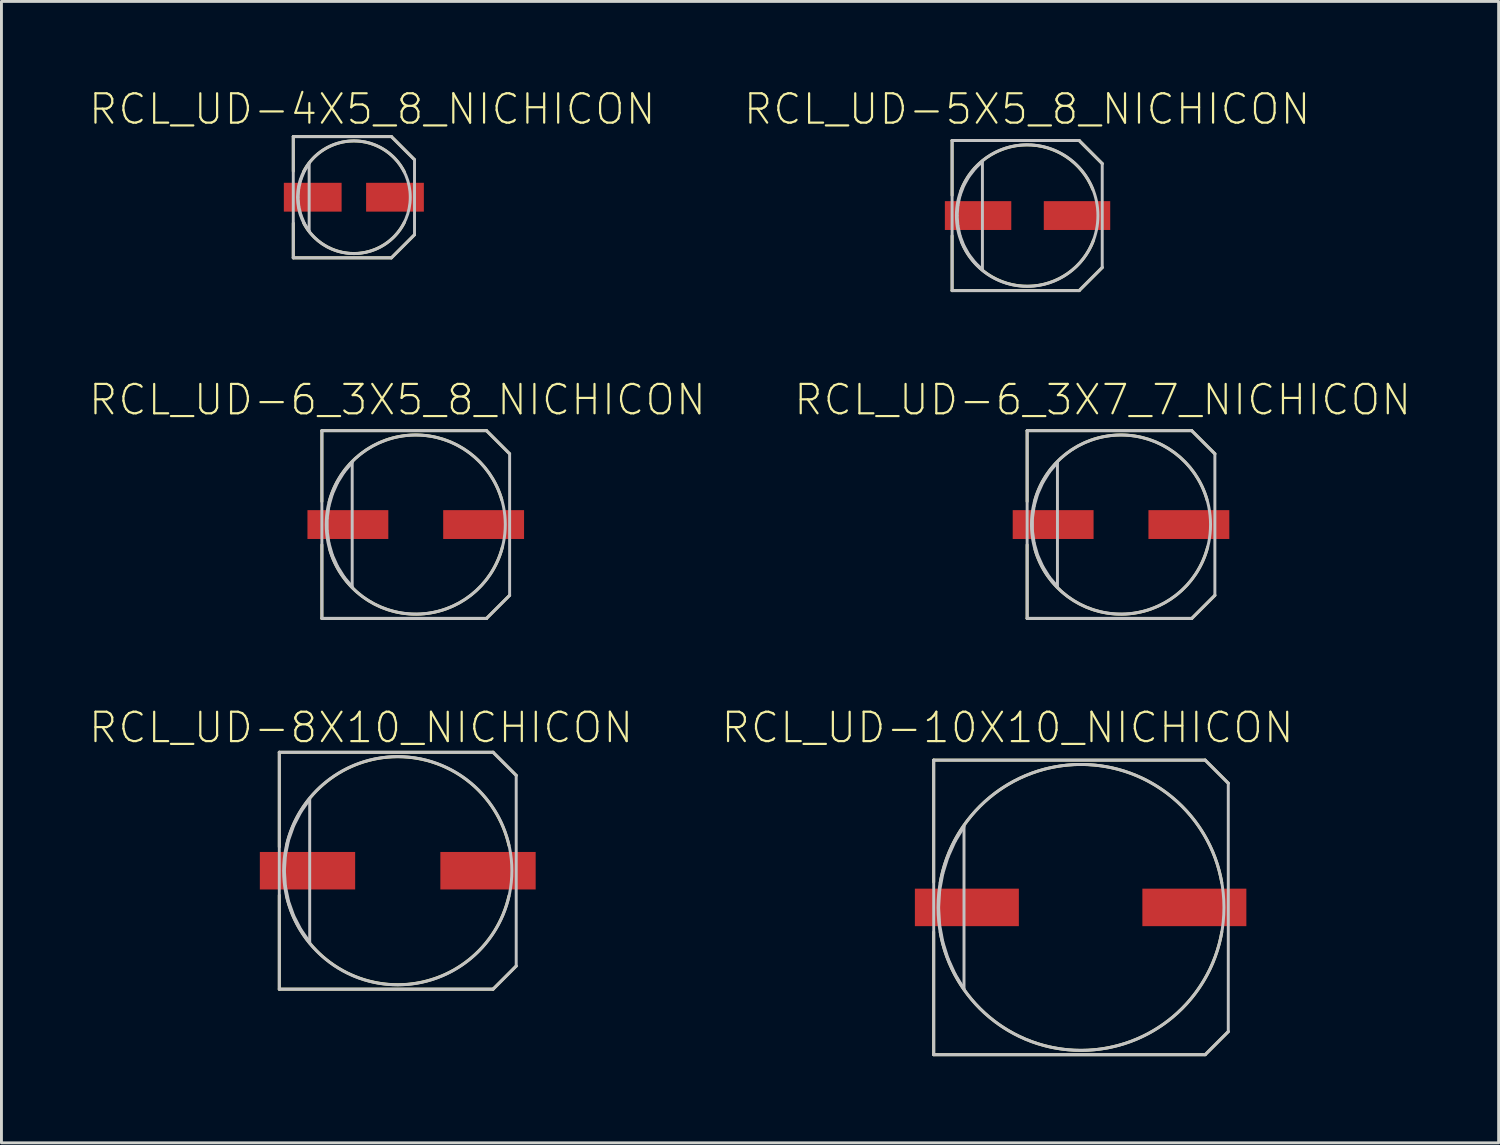
<source format=kicad_pcb>
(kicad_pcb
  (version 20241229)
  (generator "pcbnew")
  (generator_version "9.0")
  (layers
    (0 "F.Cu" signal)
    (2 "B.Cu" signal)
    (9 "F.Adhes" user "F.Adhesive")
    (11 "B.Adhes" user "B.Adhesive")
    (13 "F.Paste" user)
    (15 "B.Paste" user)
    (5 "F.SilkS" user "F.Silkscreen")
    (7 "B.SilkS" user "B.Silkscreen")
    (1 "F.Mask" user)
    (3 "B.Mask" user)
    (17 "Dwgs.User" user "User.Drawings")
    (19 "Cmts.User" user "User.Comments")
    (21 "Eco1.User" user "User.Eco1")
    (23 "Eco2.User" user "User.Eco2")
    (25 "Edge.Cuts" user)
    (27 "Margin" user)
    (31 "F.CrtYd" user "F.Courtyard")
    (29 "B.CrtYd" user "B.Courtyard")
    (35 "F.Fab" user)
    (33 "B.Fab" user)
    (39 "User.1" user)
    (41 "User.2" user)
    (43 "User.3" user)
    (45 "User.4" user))
  (footprint "RCL_UD-10X10_NICHICON"
    (layer "F.Cu")
    (at 34.365 28.357)
    (property "Reference" "RCL_UD-10X10_NICHICON" (at -2.54 -6.223 0) (layer "F.SilkS") (effects (font (size 1.016 1.016) (thickness 0.076))))
    (attr smd)
    (fp_line (start -5.098 -5.098) (end 4.298 -5.098) (stroke (width 0.102) (type solid)) (layer "F.SilkS"))
    (fp_line (start -5.098 -0.874) (end -5.098 -5.098) (stroke (width 0.102) (type solid)) (layer "F.SilkS"))
    (fp_line (start -5.098 5.098) (end -5.098 0.848) (stroke (width 0.102) (type solid)) (layer "F.SilkS"))
    (fp_line (start 4.298 -5.098) (end 5.098 -4.298) (stroke (width 0.102) (type solid)) (layer "F.SilkS"))
    (fp_line (start 4.298 5.098) (end -5.098 5.098) (stroke (width 0.102) (type solid)) (layer "F.SilkS"))
    (fp_line (start 5.098 4.298) (end 4.298 5.098) (stroke (width 0.102) (type solid)) (layer "F.SilkS"))
    (fp_arc (start -4.87426 -0.84836) (mid -0.0023 -4.947537) (end 4.873469 -0.852891) (stroke (width 0.1016) (type solid)) (layer "F.SilkS"))
    (fp_arc (start 4.87426 0.84836) (mid 0.0023 4.947537) (end -4.873469 0.852891) (stroke (width 0.1016) (type solid)) (layer "F.SilkS"))
    (fp_line (start -5.098 -5.098) (end 4.298 -5.098) (stroke (width 0.102) (type solid)) (layer "Dwgs.User"))
    (fp_line (start -5.098 5.098) (end -5.098 -5.098) (stroke (width 0.102) (type solid)) (layer "Dwgs.User"))
    (fp_line (start -4.928 0.01) (end -4.892 0.607) (stroke (width 0.102) (type solid)) (layer "Dwgs.User"))
    (fp_line (start -4.892 -0.584) (end -4.928 0.01) (stroke (width 0.102) (type solid)) (layer "Dwgs.User"))
    (fp_line (start -4.892 0.607) (end -4.783 1.196) (stroke (width 0.102) (type solid)) (layer "Dwgs.User"))
    (fp_line (start -4.783 -1.171) (end -4.892 -0.584) (stroke (width 0.102) (type solid)) (layer "Dwgs.User"))
    (fp_line (start -4.783 1.196) (end -4.605 1.768) (stroke (width 0.102) (type solid)) (layer "Dwgs.User"))
    (fp_line (start -4.605 -1.742) (end -4.783 -1.171) (stroke (width 0.102) (type solid)) (layer "Dwgs.User"))
    (fp_line (start -4.605 1.768) (end -4.359 2.311) (stroke (width 0.102) (type solid)) (layer "Dwgs.User"))
    (fp_line (start -4.359 -2.289) (end -4.605 -1.742) (stroke (width 0.102) (type solid)) (layer "Dwgs.User"))
    (fp_line (start -4.359 2.311) (end -4.049 2.824) (stroke (width 0.102) (type solid)) (layer "Dwgs.User"))
    (fp_line (start -4.049 -2.799) (end -4.359 -2.289) (stroke (width 0.102) (type solid)) (layer "Dwgs.User"))
    (fp_line (start -4.049 2.824) (end -4.049 -2.799) (stroke (width 0.102) (type solid)) (layer "Dwgs.User"))
    (fp_line (start 4.298 -5.098) (end 5.098 -4.298) (stroke (width 0.102) (type solid)) (layer "Dwgs.User"))
    (fp_line (start 4.298 5.098) (end -5.098 5.098) (stroke (width 0.102) (type solid)) (layer "Dwgs.User"))
    (fp_line (start 5.098 -4.298) (end 5.098 4.298) (stroke (width 0.102) (type solid)) (layer "Dwgs.User"))
    (fp_line (start 5.098 4.298) (end 4.298 5.098) (stroke (width 0.102) (type solid)) (layer "Dwgs.User"))
    (fp_circle (center 0 0) (end 0 -4.948) (stroke (width 0.102) (type solid)) (fill no) (layer "Dwgs.User"))
    (pad "+" smd rect (at 3.924 0) (size 3.599 1.298) (layers "F.Cu" "F.Mask" "F.Paste"))
    (pad "-" smd rect (at -3.95 0) (size 3.599 1.298) (layers "F.Cu" "F.Mask" "F.Paste")))
  (footprint "RCL_UD-6_3X7_7_NICHICON"
    (layer "F.Cu")
    (at 35.75 15.106)
    (property "Reference" "RCL_UD-6_3X7_7_NICHICON" (at -0.635 -4.318 0) (layer "F.SilkS") (effects (font (size 1.016 1.016) (thickness 0.076))))
    (attr smd)
    (fp_line (start -3.249 -3.249) (end 2.449 -3.249) (stroke (width 0.102) (type solid)) (layer "F.SilkS"))
    (fp_line (start -3.249 -0.798) (end -3.249 -3.249) (stroke (width 0.102) (type solid)) (layer "F.SilkS"))
    (fp_line (start -3.249 3.249) (end -3.249 0.699) (stroke (width 0.102) (type solid)) (layer "F.SilkS"))
    (fp_line (start 2.449 -3.249) (end 3.249 -2.449) (stroke (width 0.102) (type solid)) (layer "F.SilkS"))
    (fp_line (start 2.449 3.249) (end -3.249 3.249) (stroke (width 0.102) (type solid)) (layer "F.SilkS"))
    (fp_line (start 3.249 2.449) (end 2.449 3.249) (stroke (width 0.102) (type solid)) (layer "F.SilkS"))
    (fp_arc (start -2.99974 -0.7747) (mid -0.041101 -3.101702) (end 2.978257 -0.854045) (stroke (width 0.1016) (type solid)) (layer "F.SilkS"))
    (fp_arc (start 2.99974 0.7747) (mid 0.041101 3.101702) (end -2.978257 0.854045) (stroke (width 0.1016) (type solid)) (layer "F.SilkS"))
    (fp_line (start -3.249 -3.249) (end 2.449 -3.249) (stroke (width 0.102) (type solid)) (layer "Dwgs.User"))
    (fp_line (start -3.249 3.249) (end -3.249 -3.249) (stroke (width 0.102) (type solid)) (layer "Dwgs.User"))
    (fp_line (start -3.066 -0.216) (end -3.066 0.216) (stroke (width 0.102) (type solid)) (layer "Dwgs.User"))
    (fp_line (start -3.066 0.216) (end -3.005 0.643) (stroke (width 0.102) (type solid)) (layer "Dwgs.User"))
    (fp_line (start -3.005 -0.643) (end -3.066 -0.216) (stroke (width 0.102) (type solid)) (layer "Dwgs.User"))
    (fp_line (start -3.005 0.643) (end -2.885 1.059) (stroke (width 0.102) (type solid)) (layer "Dwgs.User"))
    (fp_line (start -2.885 -1.059) (end -3.005 -0.643) (stroke (width 0.102) (type solid)) (layer "Dwgs.User"))
    (fp_line (start -2.885 1.059) (end -2.708 1.453) (stroke (width 0.102) (type solid)) (layer "Dwgs.User"))
    (fp_line (start -2.708 -1.453) (end -2.885 -1.059) (stroke (width 0.102) (type solid)) (layer "Dwgs.User"))
    (fp_line (start -2.708 1.453) (end -2.479 1.819) (stroke (width 0.102) (type solid)) (layer "Dwgs.User"))
    (fp_line (start -2.479 -1.819) (end -2.708 -1.453) (stroke (width 0.102) (type solid)) (layer "Dwgs.User"))
    (fp_line (start -2.479 1.819) (end -2.2 2.149) (stroke (width 0.102) (type solid)) (layer "Dwgs.User"))
    (fp_line (start -2.2 -2.149) (end -2.479 -1.819) (stroke (width 0.102) (type solid)) (layer "Dwgs.User"))
    (fp_line (start -2.2 2.149) (end -2.2 -2.149) (stroke (width 0.102) (type solid)) (layer "Dwgs.User"))
    (fp_line (start 2.449 -3.249) (end 3.249 -2.449) (stroke (width 0.102) (type solid)) (layer "Dwgs.User"))
    (fp_line (start 2.449 3.249) (end -3.249 3.249) (stroke (width 0.102) (type solid)) (layer "Dwgs.User"))
    (fp_line (start 3.249 -2.449) (end 3.249 2.449) (stroke (width 0.102) (type solid)) (layer "Dwgs.User"))
    (fp_line (start 3.249 2.449) (end 2.449 3.249) (stroke (width 0.102) (type solid)) (layer "Dwgs.User"))
    (fp_circle (center 0 0) (end 0 -3.099) (stroke (width 0.102) (type solid)) (fill no) (layer "Dwgs.User"))
    (pad "+" smd rect (at 2.349 0) (size 2.799 0.998) (layers "F.Cu" "F.Mask" "F.Paste"))
    (pad "-" smd rect (at -2.349 0) (size 2.799 0.998) (layers "F.Cu" "F.Mask" "F.Paste")))
  (footprint "RCL_UD-8X10_NICHICON"
    (layer "F.Cu")
    (at 10.717 27.087)
    (property "Reference" "RCL_UD-8X10_NICHICON" (at -1.27 -4.953 0) (layer "F.SilkS") (effects (font (size 1.016 1.016) (thickness 0.076))))
    (attr smd)
    (fp_line (start -4.1 -4.1) (end 3.299 -4.1) (stroke (width 0.102) (type solid)) (layer "F.SilkS"))
    (fp_line (start -4.1 -0.823) (end -4.1 -4.1) (stroke (width 0.102) (type solid)) (layer "F.SilkS"))
    (fp_line (start -4.1 4.1) (end -4.1 0.848) (stroke (width 0.102) (type solid)) (layer "F.SilkS"))
    (fp_line (start 3.299 -4.1) (end 4.1 -3.299) (stroke (width 0.102) (type solid)) (layer "F.SilkS"))
    (fp_line (start 3.299 4.1) (end -4.1 4.1) (stroke (width 0.102) (type solid)) (layer "F.SilkS"))
    (fp_line (start 4.1 3.299) (end 3.299 4.1) (stroke (width 0.102) (type solid)) (layer "F.SilkS"))
    (fp_arc (start -3.8481 -0.87376) (mid -0.000494 -3.946052) (end 3.847881 -0.874724) (stroke (width 0.1016) (type solid)) (layer "F.SilkS"))
    (fp_arc (start 3.8481 0.87376) (mid 0.000494 3.946052) (end -3.847881 0.874724) (stroke (width 0.1016) (type solid)) (layer "F.SilkS"))
    (fp_line (start -4.1 -4.1) (end 3.299 -4.1) (stroke (width 0.102) (type solid)) (layer "Dwgs.User"))
    (fp_line (start -4.1 4.1) (end -4.1 -4.1) (stroke (width 0.102) (type solid)) (layer "Dwgs.User"))
    (fp_line (start -3.924 0) (end -3.889 0.533) (stroke (width 0.102) (type solid)) (layer "Dwgs.User"))
    (fp_line (start -3.889 -0.533) (end -3.924 0) (stroke (width 0.102) (type solid)) (layer "Dwgs.User"))
    (fp_line (start -3.889 0.533) (end -3.78 1.057) (stroke (width 0.102) (type solid)) (layer "Dwgs.User"))
    (fp_line (start -3.78 -1.057) (end -3.889 -0.533) (stroke (width 0.102) (type solid)) (layer "Dwgs.User"))
    (fp_line (start -3.78 1.057) (end -3.602 1.56) (stroke (width 0.102) (type solid)) (layer "Dwgs.User"))
    (fp_line (start -3.602 -1.56) (end -3.78 -1.057) (stroke (width 0.102) (type solid)) (layer "Dwgs.User"))
    (fp_line (start -3.602 1.56) (end -3.355 2.037) (stroke (width 0.102) (type solid)) (layer "Dwgs.User"))
    (fp_line (start -3.355 -2.037) (end -3.602 -1.56) (stroke (width 0.102) (type solid)) (layer "Dwgs.User"))
    (fp_line (start -3.355 2.037) (end -3.048 2.474) (stroke (width 0.102) (type solid)) (layer "Dwgs.User"))
    (fp_line (start -3.048 -2.474) (end -3.355 -2.037) (stroke (width 0.102) (type solid)) (layer "Dwgs.User"))
    (fp_line (start -3.048 2.474) (end -3.048 -2.474) (stroke (width 0.102) (type solid)) (layer "Dwgs.User"))
    (fp_line (start 3.299 -4.1) (end 4.1 -3.299) (stroke (width 0.102) (type solid)) (layer "Dwgs.User"))
    (fp_line (start 3.299 4.1) (end -4.1 4.1) (stroke (width 0.102) (type solid)) (layer "Dwgs.User"))
    (fp_line (start 4.1 -3.299) (end 4.1 3.299) (stroke (width 0.102) (type solid)) (layer "Dwgs.User"))
    (fp_line (start 4.1 3.299) (end 3.299 4.1) (stroke (width 0.102) (type solid)) (layer "Dwgs.User"))
    (fp_circle (center 0 0) (end 0 -3.95) (stroke (width 0.102) (type solid)) (fill no) (layer "Dwgs.User"))
    (pad "+" smd rect (at 3.124 0) (size 3.299 1.298) (layers "F.Cu" "F.Mask" "F.Paste"))
    (pad "-" smd rect (at -3.124 0) (size 3.299 1.298) (layers "F.Cu" "F.Mask" "F.Paste")))
  (footprint "RCL_UD-6_3X5_8_NICHICON"
    (layer "F.Cu")
    (at 11.34 15.106)
    (property "Reference" "RCL_UD-6_3X5_8_NICHICON" (at -0.635 -4.318 0) (layer "F.SilkS") (effects (font (size 1.016 1.016) (thickness 0.076))))
    (attr smd)
    (fp_line (start -3.249 -3.249) (end 2.449 -3.249) (stroke (width 0.102) (type solid)) (layer "F.SilkS"))
    (fp_line (start -3.249 -0.798) (end -3.249 -3.249) (stroke (width 0.102) (type solid)) (layer "F.SilkS"))
    (fp_line (start -3.249 3.249) (end -3.249 0.699) (stroke (width 0.102) (type solid)) (layer "F.SilkS"))
    (fp_line (start 2.449 -3.249) (end 3.249 -2.449) (stroke (width 0.102) (type solid)) (layer "F.SilkS"))
    (fp_line (start 2.449 3.249) (end -3.249 3.249) (stroke (width 0.102) (type solid)) (layer "F.SilkS"))
    (fp_line (start 3.249 2.449) (end 2.449 3.249) (stroke (width 0.102) (type solid)) (layer "F.SilkS"))
    (fp_arc (start -2.99974 -0.7747) (mid -0.041101 -3.101702) (end 2.978257 -0.854045) (stroke (width 0.1016) (type solid)) (layer "F.SilkS"))
    (fp_arc (start 2.99974 0.7747) (mid 0.041101 3.101702) (end -2.978257 0.854045) (stroke (width 0.1016) (type solid)) (layer "F.SilkS"))
    (fp_line (start -3.249 -3.249) (end 2.449 -3.249) (stroke (width 0.102) (type solid)) (layer "Dwgs.User"))
    (fp_line (start -3.249 3.249) (end -3.249 -3.249) (stroke (width 0.102) (type solid)) (layer "Dwgs.User"))
    (fp_line (start -3.066 -0.216) (end -3.066 0.216) (stroke (width 0.102) (type solid)) (layer "Dwgs.User"))
    (fp_line (start -3.066 0.216) (end -3.005 0.643) (stroke (width 0.102) (type solid)) (layer "Dwgs.User"))
    (fp_line (start -3.005 -0.643) (end -3.066 -0.216) (stroke (width 0.102) (type solid)) (layer "Dwgs.User"))
    (fp_line (start -3.005 0.643) (end -2.885 1.059) (stroke (width 0.102) (type solid)) (layer "Dwgs.User"))
    (fp_line (start -2.885 -1.059) (end -3.005 -0.643) (stroke (width 0.102) (type solid)) (layer "Dwgs.User"))
    (fp_line (start -2.885 1.059) (end -2.708 1.453) (stroke (width 0.102) (type solid)) (layer "Dwgs.User"))
    (fp_line (start -2.708 -1.453) (end -2.885 -1.059) (stroke (width 0.102) (type solid)) (layer "Dwgs.User"))
    (fp_line (start -2.708 1.453) (end -2.479 1.819) (stroke (width 0.102) (type solid)) (layer "Dwgs.User"))
    (fp_line (start -2.479 -1.819) (end -2.708 -1.453) (stroke (width 0.102) (type solid)) (layer "Dwgs.User"))
    (fp_line (start -2.479 1.819) (end -2.2 2.149) (stroke (width 0.102) (type solid)) (layer "Dwgs.User"))
    (fp_line (start -2.2 -2.149) (end -2.479 -1.819) (stroke (width 0.102) (type solid)) (layer "Dwgs.User"))
    (fp_line (start -2.2 2.149) (end -2.2 -2.149) (stroke (width 0.102) (type solid)) (layer "Dwgs.User"))
    (fp_line (start 2.449 -3.249) (end 3.249 -2.449) (stroke (width 0.102) (type solid)) (layer "Dwgs.User"))
    (fp_line (start 2.449 3.249) (end -3.249 3.249) (stroke (width 0.102) (type solid)) (layer "Dwgs.User"))
    (fp_line (start 3.249 -2.449) (end 3.249 2.449) (stroke (width 0.102) (type solid)) (layer "Dwgs.User"))
    (fp_line (start 3.249 2.449) (end 2.449 3.249) (stroke (width 0.102) (type solid)) (layer "Dwgs.User"))
    (fp_circle (center 0 0) (end 0 -3.099) (stroke (width 0.102) (type solid)) (fill no) (layer "Dwgs.User"))
    (pad "+" smd rect (at 2.349 0) (size 2.799 0.998) (layers "F.Cu" "F.Mask" "F.Paste"))
    (pad "-" smd rect (at -2.349 0) (size 2.799 0.998) (layers "F.Cu" "F.Mask" "F.Paste")))
  (footprint "RCL_UD-5X5_8_NICHICON"
    (layer "F.Cu")
    (at 32.502 4.411)
    (property "Reference" "RCL_UD-5X5_8_NICHICON" (at 0 -3.683 0) (layer "F.SilkS") (effects (font (size 1.016 1.016) (thickness 0.076))))
    (attr smd)
    (fp_line (start -2.598 -2.598) (end 1.798 -2.598) (stroke (width 0.102) (type solid)) (layer "F.SilkS"))
    (fp_line (start -2.598 -0.699) (end -2.598 -2.598) (stroke (width 0.102) (type solid)) (layer "F.SilkS"))
    (fp_line (start -2.598 2.598) (end -2.598 0.699) (stroke (width 0.102) (type solid)) (layer "F.SilkS"))
    (fp_line (start 1.798 -2.598) (end 2.598 -1.798) (stroke (width 0.102) (type solid)) (layer "F.SilkS"))
    (fp_line (start 1.798 2.598) (end -2.598 2.598) (stroke (width 0.102) (type solid)) (layer "F.SilkS"))
    (fp_line (start 2.598 1.798) (end 1.798 2.598) (stroke (width 0.102) (type solid)) (layer "F.SilkS"))
    (fp_arc (start -2.2987 -0.84836) (mid -0.033164 -2.44602) (end 2.271621 -0.90552) (stroke (width 0.1016) (type solid)) (layer "F.SilkS"))
    (fp_arc (start 2.2987 0.84836) (mid 0.033164 2.44602) (end -2.271621 0.90552) (stroke (width 0.1016) (type solid)) (layer "F.SilkS"))
    (fp_line (start -2.598 -2.598) (end 1.798 -2.598) (stroke (width 0.102) (type solid)) (layer "Dwgs.User"))
    (fp_line (start -2.598 2.598) (end -2.598 -2.598) (stroke (width 0.102) (type solid)) (layer "Dwgs.User"))
    (fp_line (start -2.423 0) (end -2.398 0.353) (stroke (width 0.102) (type solid)) (layer "Dwgs.User"))
    (fp_line (start -2.398 -0.353) (end -2.423 0) (stroke (width 0.102) (type solid)) (layer "Dwgs.User"))
    (fp_line (start -2.398 0.353) (end -2.322 0.701) (stroke (width 0.102) (type solid)) (layer "Dwgs.User"))
    (fp_line (start -2.322 -0.701) (end -2.398 -0.353) (stroke (width 0.102) (type solid)) (layer "Dwgs.User"))
    (fp_line (start -2.322 0.701) (end -2.195 1.034) (stroke (width 0.102) (type solid)) (layer "Dwgs.User"))
    (fp_line (start -2.195 -1.034) (end -2.322 -0.701) (stroke (width 0.102) (type solid)) (layer "Dwgs.User"))
    (fp_line (start -2.195 1.034) (end -2.022 1.344) (stroke (width 0.102) (type solid)) (layer "Dwgs.User"))
    (fp_line (start -2.022 -1.344) (end -2.195 -1.034) (stroke (width 0.102) (type solid)) (layer "Dwgs.User"))
    (fp_line (start -2.022 1.344) (end -1.803 1.626) (stroke (width 0.102) (type solid)) (layer "Dwgs.User"))
    (fp_line (start -1.803 -1.626) (end -2.022 -1.344) (stroke (width 0.102) (type solid)) (layer "Dwgs.User"))
    (fp_line (start -1.803 1.626) (end -1.549 1.875) (stroke (width 0.102) (type solid)) (layer "Dwgs.User"))
    (fp_line (start -1.549 -1.875) (end -1.803 -1.626) (stroke (width 0.102) (type solid)) (layer "Dwgs.User"))
    (fp_line (start -1.549 1.875) (end -1.549 -1.875) (stroke (width 0.102) (type solid)) (layer "Dwgs.User"))
    (fp_line (start 1.798 -2.598) (end 2.598 -1.798) (stroke (width 0.102) (type solid)) (layer "Dwgs.User"))
    (fp_line (start 1.798 2.598) (end -2.598 2.598) (stroke (width 0.102) (type solid)) (layer "Dwgs.User"))
    (fp_line (start 2.598 -1.798) (end 2.598 1.798) (stroke (width 0.102) (type solid)) (layer "Dwgs.User"))
    (fp_line (start 2.598 1.798) (end 1.798 2.598) (stroke (width 0.102) (type solid)) (layer "Dwgs.User"))
    (fp_circle (center 0 0) (end 0 -2.449) (stroke (width 0.102) (type solid)) (fill no) (layer "Dwgs.User"))
    (pad "+" smd rect (at 1.725 0) (size 2.299 0.998) (layers "F.Cu" "F.Mask" "F.Paste"))
    (pad "-" smd rect (at -1.699 0) (size 2.299 0.998) (layers "F.Cu" "F.Mask" "F.Paste")))
  (footprint "RCL_UD-4X5_8_NICHICON"
    (layer "F.Cu")
    (at 9.199 3.776)
    (property "Reference" "RCL_UD-4X5_8_NICHICON" (at 0.635 -3.048 0) (layer "F.SilkS") (effects (font (size 1.016 1.016) (thickness 0.076))))
    (attr smd)
    (fp_line (start -2.098 -2.098) (end 1.298 -2.098) (stroke (width 0.102) (type solid)) (layer "F.SilkS"))
    (fp_line (start -2.098 -0.899) (end -2.098 -2.098) (stroke (width 0.102) (type solid)) (layer "F.SilkS"))
    (fp_line (start -2.098 2.098) (end -2.098 0.899) (stroke (width 0.102) (type solid)) (layer "F.SilkS"))
    (fp_line (start 1.298 -2.098) (end 2.098 -1.298) (stroke (width 0.102) (type solid)) (layer "F.SilkS"))
    (fp_line (start 1.298 2.098) (end -2.098 2.098) (stroke (width 0.102) (type solid)) (layer "F.SilkS"))
    (fp_line (start 2.098 1.298) (end 1.298 2.098) (stroke (width 0.102) (type solid)) (layer "F.SilkS"))
    (fp_arc (start -1.74752 -0.87376) (mid -0.002361 -1.94819) (end 1.745384 -0.877971) (stroke (width 0.1016) (type solid)) (layer "F.SilkS"))
    (fp_arc (start 1.74752 0.87376) (mid 0.002361 1.94819) (end -1.745384 0.877971) (stroke (width 0.1016) (type solid)) (layer "F.SilkS"))
    (fp_line (start -2.098 -2.098) (end 1.298 -2.098) (stroke (width 0.102) (type solid)) (layer "Dwgs.User"))
    (fp_line (start -2.098 2.098) (end -2.098 -2.098) (stroke (width 0.102) (type solid)) (layer "Dwgs.User"))
    (fp_line (start -1.933 0) (end -1.908 0.312) (stroke (width 0.102) (type solid)) (layer "Dwgs.User"))
    (fp_line (start -1.908 -0.312) (end -1.933 0) (stroke (width 0.102) (type solid)) (layer "Dwgs.User"))
    (fp_line (start -1.908 0.312) (end -1.834 0.617) (stroke (width 0.102) (type solid)) (layer "Dwgs.User"))
    (fp_line (start -1.834 -0.617) (end -1.908 -0.312) (stroke (width 0.102) (type solid)) (layer "Dwgs.User"))
    (fp_line (start -1.834 0.617) (end -1.714 0.907) (stroke (width 0.102) (type solid)) (layer "Dwgs.User"))
    (fp_line (start -1.714 -0.907) (end -1.834 -0.617) (stroke (width 0.102) (type solid)) (layer "Dwgs.User"))
    (fp_line (start -1.714 0.907) (end -1.549 1.173) (stroke (width 0.102) (type solid)) (layer "Dwgs.User"))
    (fp_line (start -1.549 -1.173) (end -1.714 -0.907) (stroke (width 0.102) (type solid)) (layer "Dwgs.User"))
    (fp_line (start -1.549 1.173) (end -1.549 -1.173) (stroke (width 0.102) (type solid)) (layer "Dwgs.User"))
    (fp_line (start 1.298 -2.098) (end 2.098 -1.298) (stroke (width 0.102) (type solid)) (layer "Dwgs.User"))
    (fp_line (start 1.298 2.098) (end -2.098 2.098) (stroke (width 0.102) (type solid)) (layer "Dwgs.User"))
    (fp_line (start 2.098 -1.298) (end 2.098 1.298) (stroke (width 0.102) (type solid)) (layer "Dwgs.User"))
    (fp_line (start 2.098 1.298) (end 1.298 2.098) (stroke (width 0.102) (type solid)) (layer "Dwgs.User"))
    (fp_circle (center 0 0) (end 0 -1.951) (stroke (width 0.102) (type solid)) (fill no) (layer "Dwgs.User"))
    (pad "+" smd rect (at 1.422 0) (size 1.999 0.998) (layers "F.Cu" "F.Mask" "F.Paste"))
    (pad "-" smd rect (at -1.425 0) (size 1.999 0.998) (layers "F.Cu" "F.Mask" "F.Paste")))
  (gr_rect
    (start -3 -3)
    (end 48.82 36.506)
    (stroke (width 0.1) (type default))
    (fill no)
    (layer "Edge.Cuts")))
</source>
